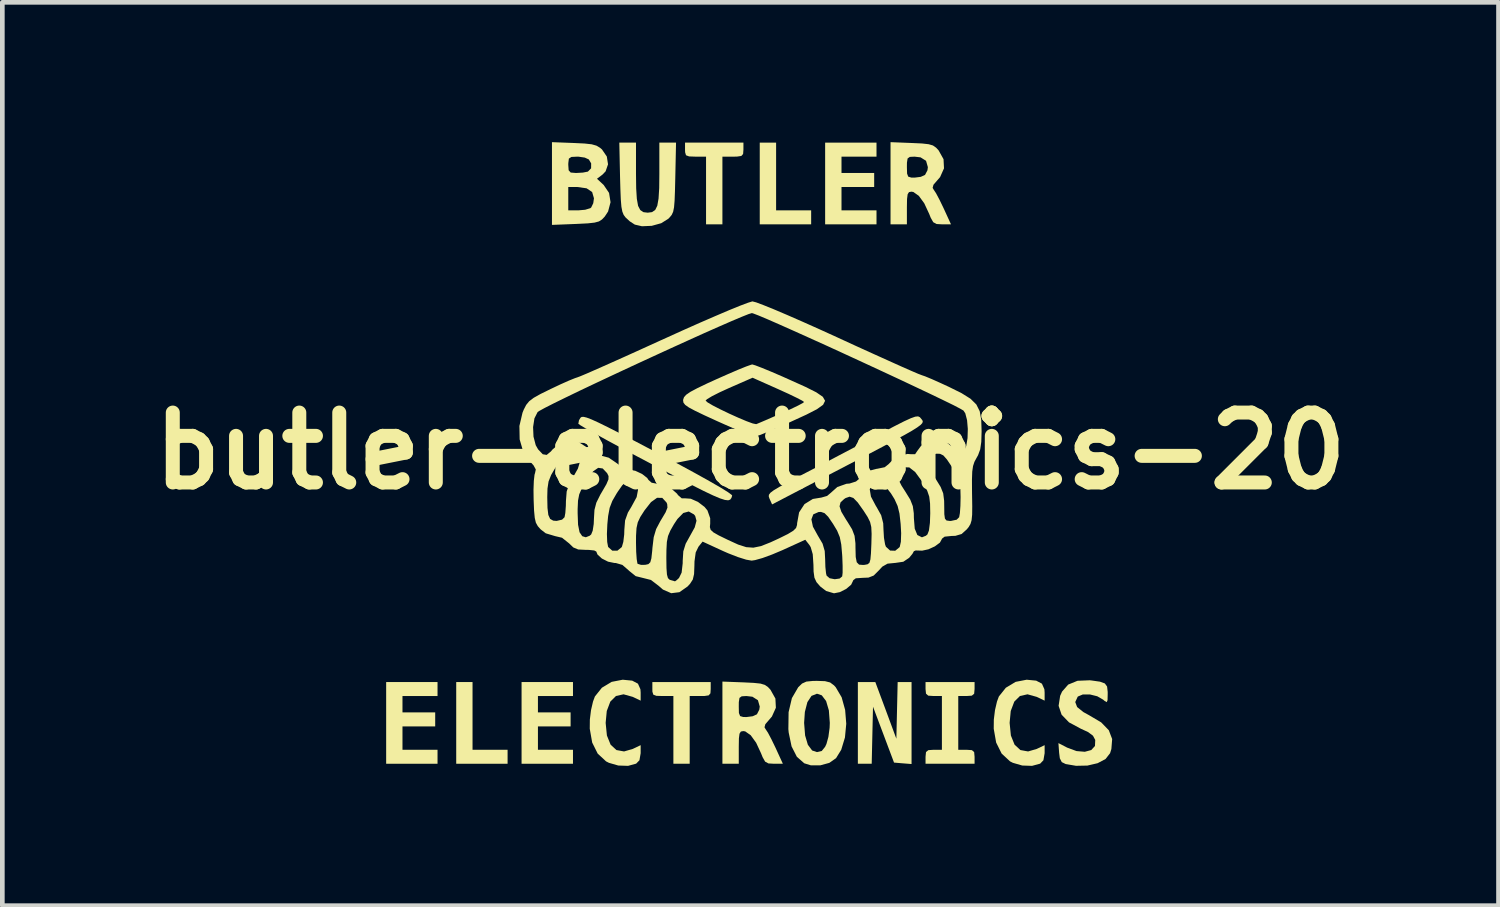
<source format=kicad_pcb>
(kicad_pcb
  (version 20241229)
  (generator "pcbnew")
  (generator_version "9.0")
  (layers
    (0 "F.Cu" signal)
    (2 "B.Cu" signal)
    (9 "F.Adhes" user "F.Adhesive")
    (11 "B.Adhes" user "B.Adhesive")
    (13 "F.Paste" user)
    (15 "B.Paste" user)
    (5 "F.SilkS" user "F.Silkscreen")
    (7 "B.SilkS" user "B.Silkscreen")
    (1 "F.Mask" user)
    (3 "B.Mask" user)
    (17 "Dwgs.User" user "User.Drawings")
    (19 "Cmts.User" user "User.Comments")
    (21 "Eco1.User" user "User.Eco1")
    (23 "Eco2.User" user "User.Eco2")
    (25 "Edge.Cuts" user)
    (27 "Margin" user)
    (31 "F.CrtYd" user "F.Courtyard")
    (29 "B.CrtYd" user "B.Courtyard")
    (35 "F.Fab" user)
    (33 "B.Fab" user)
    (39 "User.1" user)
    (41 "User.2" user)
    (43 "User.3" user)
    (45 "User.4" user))
  (footprint "butler-electronics-20"
    (layer "F.Cu")
    (at 13.05 6.623)
    (property "Reference" "butler-electronics-20" (at 0 0 0) (layer "F.SilkS") (effects (font (size 1.5 1.5) (thickness 0.3))))
    (attr board_only exclude_from_pos_files exclude_from_bom)
    (fp_poly (pts (xy -5.962 5.686) (xy -5.962 6.413) (xy -5.586 6.413) (xy -5.21 6.413) (xy -5.21 6.563) (xy -5.21 6.713) (xy -5.761 6.713) (xy -6.312 6.713) (xy -6.312 5.836) (xy -6.312 4.96) (xy -6.137 4.96) (xy -5.962 4.96)) (stroke (width 0) (type solid)) (fill yes) (layer "F.SilkS"))
    (fp_poly (pts (xy 0.551 -5.887) (xy 0.551 -5.16) (xy 0.927 -5.16) (xy 1.303 -5.16) (xy 1.303 -5.01) (xy 1.303 -4.86) (xy 0.751 -4.86) (xy 0.2 -4.86) (xy 0.2 -5.736) (xy 0.2 -6.613) (xy 0.376 -6.613) (xy 0.551 -6.613)) (stroke (width 0) (type solid)) (fill yes) (layer "F.SilkS"))
    (fp_poly (pts (xy -0.852 5.11) (xy -0.858 5.202) (xy -0.896 5.246) (xy -0.992 5.26) (xy -1.077 5.26) (xy -1.303 5.26) (xy -1.303 5.987) (xy -1.303 6.713) (xy -1.478 6.713) (xy -1.653 6.713) (xy -1.653 5.987) (xy -1.653 5.26) (xy -1.879 5.26) (xy -2.017 5.256) (xy -2.083 5.231) (xy -2.103 5.167) (xy -2.104 5.11) (xy -2.104 4.96) (xy -1.478 4.96) (xy -0.852 4.96)) (stroke (width 0) (type solid)) (fill yes) (layer "F.SilkS"))
    (fp_poly (pts (xy -0.15 -6.463) (xy -0.157 -6.37) (xy -0.195 -6.327) (xy -0.291 -6.313) (xy -0.376 -6.312) (xy -0.601 -6.312) (xy -0.601 -5.586) (xy -0.601 -4.86) (xy -0.777 -4.86) (xy -0.952 -4.86) (xy -0.952 -5.586) (xy -0.952 -6.312) (xy -1.177 -6.312) (xy -1.316 -6.317) (xy -1.382 -6.342) (xy -1.401 -6.406) (xy -1.403 -6.463) (xy -1.403 -6.613) (xy -0.777 -6.613) (xy -0.15 -6.613)) (stroke (width 0) (type solid)) (fill yes) (layer "F.SilkS"))
    (fp_poly (pts (xy 3.457 5.84) (xy 3.457 6.719) (xy 3.269 6.704) (xy 3.081 6.688) (xy 2.856 6.089) (xy 2.63 5.489) (xy 2.616 6.101) (xy 2.602 6.713) (xy 2.453 6.713) (xy 2.305 6.713) (xy 2.305 5.836) (xy 2.305 4.96) (xy 2.492 4.96) (xy 2.68 4.961) (xy 2.906 5.568) (xy 3.131 6.176) (xy 3.145 5.568) (xy 3.159 4.96) (xy 3.308 4.96) (xy 3.457 4.96)) (stroke (width 0) (type solid)) (fill yes) (layer "F.SilkS"))
    (fp_poly (pts (xy -6.713 5.11) (xy -6.713 5.26) (xy -7.089 5.26) (xy -7.465 5.26) (xy -7.465 5.436) (xy -7.465 5.611) (xy -7.114 5.611) (xy -6.763 5.611) (xy -6.763 5.761) (xy -6.763 5.912) (xy -7.114 5.912) (xy -7.465 5.912) (xy -7.465 6.162) (xy -7.465 6.413) (xy -7.089 6.413) (xy -6.713 6.413) (xy -6.713 6.563) (xy -6.713 6.713) (xy -7.264 6.713) (xy -7.815 6.713) (xy -7.815 5.836) (xy -7.815 4.96) (xy -7.264 4.96) (xy -6.713 4.96)) (stroke (width 0) (type solid)) (fill yes) (layer "F.SilkS"))
    (fp_poly (pts (xy -3.807 5.11) (xy -3.807 5.26) (xy -4.183 5.26) (xy -4.559 5.26) (xy -4.559 5.436) (xy -4.559 5.611) (xy -4.208 5.611) (xy -3.858 5.611) (xy -3.858 5.761) (xy -3.858 5.912) (xy -4.208 5.912) (xy -4.559 5.912) (xy -4.559 6.162) (xy -4.559 6.413) (xy -4.183 6.413) (xy -3.807 6.413) (xy -3.807 6.563) (xy -3.807 6.713) (xy -4.359 6.713) (xy -4.91 6.713) (xy -4.91 5.836) (xy -4.91 4.96) (xy -4.359 4.96) (xy -3.807 4.96)) (stroke (width 0) (type solid)) (fill yes) (layer "F.SilkS"))
    (fp_poly (pts (xy 2.705 -6.463) (xy 2.705 -6.312) (xy 2.33 -6.312) (xy 1.954 -6.312) (xy 1.954 -6.137) (xy 1.954 -5.962) (xy 2.305 -5.962) (xy 2.655 -5.962) (xy 2.655 -5.811) (xy 2.655 -5.661) (xy 2.305 -5.661) (xy 1.954 -5.661) (xy 1.954 -5.411) (xy 1.954 -5.16) (xy 2.33 -5.16) (xy 2.705 -5.16) (xy 2.705 -5.01) (xy 2.705 -4.86) (xy 2.154 -4.86) (xy 1.603 -4.86) (xy 1.603 -5.736) (xy 1.603 -6.613) (xy 2.154 -6.613) (xy 2.705 -6.613)) (stroke (width 0) (type solid)) (fill yes) (layer "F.SilkS"))
    (fp_poly (pts (xy 4.809 5.11) (xy 4.8 5.211) (xy 4.75 5.252) (xy 4.634 5.26) (xy 4.459 5.26) (xy 4.459 5.836) (xy 4.459 6.413) (xy 4.634 6.413) (xy 4.752 6.421) (xy 4.8 6.463) (xy 4.809 6.563) (xy 4.809 6.713) (xy 4.283 6.713) (xy 3.757 6.713) (xy 3.757 6.563) (xy 3.767 6.462) (xy 3.817 6.421) (xy 3.933 6.413) (xy 4.108 6.413) (xy 4.108 5.836) (xy 4.108 5.26) (xy 3.933 5.26) (xy 3.815 5.252) (xy 3.767 5.209) (xy 3.757 5.11) (xy 3.757 4.96) (xy 4.283 4.96) (xy 4.809 4.96)) (stroke (width 0) (type solid)) (fill yes) (layer "F.SilkS"))
    (fp_poly (pts (xy -2.536 4.93) (xy -2.413 4.995) (xy -2.36 5.115) (xy -2.355 5.186) (xy -2.355 5.359) (xy -2.525 5.278) (xy -2.722 5.223) (xy -2.884 5.259) (xy -3.006 5.38) (xy -3.082 5.581) (xy -3.106 5.836) (xy -3.079 6.107) (xy -3 6.303) (xy -2.875 6.419) (xy -2.711 6.449) (xy -2.525 6.395) (xy -2.355 6.314) (xy -2.355 6.487) (xy -2.381 6.638) (xy -2.452 6.711) (xy -2.625 6.758) (xy -2.835 6.751) (xy -3.036 6.693) (xy -3.097 6.662) (xy -3.277 6.495) (xy -3.395 6.258) (xy -3.447 5.962) (xy -3.445 5.765) (xy -3.42 5.563) (xy -3.377 5.378) (xy -3.337 5.27) (xy -3.187 5.082) (xy -2.977 4.956) (xy -2.74 4.91)) (stroke (width 0) (type solid)) (fill yes) (layer "F.SilkS"))
    (fp_poly (pts (xy 6.131 4.93) (xy 6.254 4.995) (xy 6.307 5.115) (xy 6.312 5.186) (xy 6.312 5.359) (xy 6.142 5.278) (xy 5.945 5.223) (xy 5.783 5.259) (xy 5.661 5.38) (xy 5.585 5.581) (xy 5.561 5.836) (xy 5.588 6.107) (xy 5.667 6.303) (xy 5.792 6.419) (xy 5.957 6.449) (xy 6.142 6.395) (xy 6.312 6.314) (xy 6.312 6.487) (xy 6.286 6.638) (xy 6.216 6.711) (xy 6.042 6.758) (xy 5.832 6.751) (xy 5.631 6.693) (xy 5.57 6.662) (xy 5.39 6.495) (xy 5.272 6.258) (xy 5.22 5.962) (xy 5.222 5.765) (xy 5.247 5.563) (xy 5.29 5.378) (xy 5.33 5.27) (xy 5.48 5.082) (xy 5.69 4.956) (xy 5.927 4.91)) (stroke (width 0) (type solid)) (fill yes) (layer "F.SilkS"))
    (fp_poly (pts (xy 3.634 -0.723) (xy 3.645 -0.711) (xy 3.671 -0.68) (xy 3.691 -0.653) (xy 3.698 -0.626) (xy 3.686 -0.594) (xy 3.648 -0.554) (xy 3.576 -0.501) (xy 3.466 -0.432) (xy 3.31 -0.343) (xy 3.1 -0.229) (xy 2.832 -0.086) (xy 2.498 0.09) (xy 2.091 0.302) (xy 1.605 0.555) (xy 1.372 0.676) (xy 0.465 1.149) (xy 0.41 1.027) (xy 0.394 0.983) (xy 0.396 0.943) (xy 0.429 0.899) (xy 0.502 0.844) (xy 0.628 0.769) (xy 0.817 0.666) (xy 1.079 0.527) (xy 1.192 0.469) (xy 1.533 0.291) (xy 1.915 0.09) (xy 2.301 -0.113) (xy 2.655 -0.3) (xy 2.806 -0.38) (xy 3.088 -0.528) (xy 3.295 -0.633) (xy 3.441 -0.7) (xy 3.537 -0.734) (xy 3.597 -0.74)) (stroke (width 0) (type solid)) (fill yes) (layer "F.SilkS"))
    (fp_poly (pts (xy -3.51 -0.713) (xy -3.406 -0.673) (xy -3.259 -0.606) (xy -3.059 -0.508) (xy -2.798 -0.375) (xy -2.468 -0.204) (xy -2.06 0.011) (xy -1.979 0.053) (xy -1.555 0.278) (xy -1.187 0.478) (xy -0.882 0.648) (xy -0.645 0.785) (xy -0.483 0.885) (xy -0.401 0.946) (xy -0.392 0.961) (xy -0.408 1.011) (xy -0.434 1.046) (xy -0.477 1.061) (xy -0.547 1.053) (xy -0.653 1.019) (xy -0.802 0.956) (xy -1.004 0.86) (xy -1.267 0.727) (xy -1.6 0.555) (xy -2.012 0.34) (xy -2.076 0.306) (xy -2.444 0.112) (xy -2.783 -0.069) (xy -3.083 -0.231) (xy -3.334 -0.369) (xy -3.526 -0.477) (xy -3.649 -0.55) (xy -3.692 -0.581) (xy -3.678 -0.657) (xy -3.645 -0.711) (xy -3.621 -0.728) (xy -3.579 -0.73)) (stroke (width 0) (type solid)) (fill yes) (layer "F.SilkS"))
    (fp_poly (pts (xy -2.455 -5.94) (xy -2.451 -5.63) (xy -2.437 -5.407) (xy -2.41 -5.256) (xy -2.363 -5.166) (xy -2.295 -5.121) (xy -2.204 -5.11) (xy -2.111 -5.122) (xy -2.043 -5.168) (xy -1.998 -5.26) (xy -1.971 -5.413) (xy -1.957 -5.639) (xy -1.954 -5.94) (xy -1.954 -6.613) (xy -1.775 -6.613) (xy -1.596 -6.613) (xy -1.612 -5.863) (xy -1.619 -5.573) (xy -1.627 -5.366) (xy -1.639 -5.224) (xy -1.658 -5.13) (xy -1.688 -5.064) (xy -1.731 -5.011) (xy -1.762 -4.979) (xy -1.914 -4.884) (xy -2.117 -4.828) (xy -2.327 -4.819) (xy -2.48 -4.854) (xy -2.588 -4.924) (xy -2.68 -5.009) (xy -2.72 -5.063) (xy -2.748 -5.133) (xy -2.768 -5.237) (xy -2.781 -5.393) (xy -2.79 -5.618) (xy -2.797 -5.867) (xy -2.813 -6.613) (xy -2.634 -6.613) (xy -2.455 -6.613)) (stroke (width 0) (type solid)) (fill yes) (layer "F.SilkS"))
    (fp_poly (pts (xy 1.6 4.941) (xy 1.71 4.969) (xy 1.793 5.031) (xy 1.831 5.073) (xy 1.957 5.287) (xy 2.032 5.558) (xy 2.056 5.855) (xy 2.028 6.15) (xy 1.948 6.413) (xy 1.837 6.593) (xy 1.693 6.694) (xy 1.499 6.747) (xy 1.297 6.747) (xy 1.155 6.703) (xy 0.996 6.563) (xy 0.883 6.341) (xy 0.821 6.044) (xy 0.814 5.97) (xy 0.816 5.836) (xy 1.152 5.836) (xy 1.173 6.105) (xy 1.232 6.305) (xy 1.324 6.428) (xy 1.428 6.463) (xy 1.53 6.439) (xy 1.602 6.35) (xy 1.631 6.289) (xy 1.673 6.136) (xy 1.699 5.941) (xy 1.703 5.836) (xy 1.683 5.568) (xy 1.624 5.368) (xy 1.531 5.245) (xy 1.428 5.21) (xy 1.31 5.257) (xy 1.222 5.391) (xy 1.168 5.601) (xy 1.152 5.836) (xy 0.816 5.836) (xy 0.819 5.606) (xy 0.89 5.304) (xy 1.024 5.074) (xy 1.024 5.073) (xy 1.108 4.992) (xy 1.201 4.95) (xy 1.341 4.936) (xy 1.428 4.935)) (stroke (width 0) (type solid)) (fill yes) (layer "F.SilkS"))
    (fp_poly (pts (xy 7.317 4.926) (xy 7.5 4.952) (xy 7.604 4.99) (xy 7.652 5.056) (xy 7.665 5.171) (xy 7.665 5.221) (xy 7.662 5.348) (xy 7.645 5.391) (xy 7.6 5.366) (xy 7.569 5.339) (xy 7.441 5.265) (xy 7.283 5.226) (xy 7.132 5.226) (xy 7.027 5.27) (xy 7.02 5.278) (xy 6.969 5.389) (xy 7.009 5.496) (xy 7.143 5.604) (xy 7.263 5.67) (xy 7.525 5.825) (xy 7.689 5.994) (xy 7.761 6.183) (xy 7.744 6.397) (xy 7.716 6.487) (xy 7.619 6.611) (xy 7.449 6.701) (xy 7.23 6.752) (xy 6.985 6.757) (xy 6.763 6.719) (xy 6.68 6.678) (xy 6.638 6.596) (xy 6.623 6.477) (xy 6.608 6.27) (xy 6.796 6.367) (xy 6.996 6.441) (xy 7.174 6.456) (xy 7.312 6.419) (xy 7.392 6.332) (xy 7.398 6.201) (xy 7.397 6.201) (xy 7.349 6.111) (xy 7.242 6.032) (xy 7.088 5.961) (xy 6.835 5.825) (xy 6.676 5.66) (xy 6.612 5.47) (xy 6.645 5.256) (xy 6.686 5.165) (xy 6.817 5.015) (xy 7.017 4.933) (xy 7.278 4.922)) (stroke (width 0) (type solid)) (fill yes) (layer "F.SilkS"))
    (fp_poly (pts (xy -0.146 4.967) (xy 0.073 4.978) (xy 0.216 4.993) (xy 0.309 5.021) (xy 0.376 5.067) (xy 0.43 5.125) (xy 0.536 5.314) (xy 0.546 5.512) (xy 0.461 5.7) (xy 0.408 5.762) (xy 0.32 5.864) (xy 0.302 5.931) (xy 0.326 5.971) (xy 0.376 6.047) (xy 0.45 6.187) (xy 0.534 6.36) (xy 0.541 6.375) (xy 0.696 6.713) (xy 0.505 6.713) (xy 0.386 6.706) (xy 0.315 6.667) (xy 0.261 6.571) (xy 0.229 6.491) (xy 0.123 6.263) (xy 0.006 6.101) (xy -0.111 6.019) (xy -0.154 6.012) (xy -0.205 6.022) (xy -0.234 6.068) (xy -0.247 6.169) (xy -0.25 6.349) (xy -0.25 6.363) (xy -0.25 6.713) (xy -0.426 6.713) (xy -0.601 6.713) (xy -0.601 5.832) (xy -0.601 5.486) (xy -0.25 5.486) (xy -0.247 5.624) (xy -0.221 5.69) (xy -0.155 5.71) (xy -0.085 5.711) (xy 0.048 5.694) (xy 0.139 5.652) (xy 0.14 5.651) (xy 0.19 5.553) (xy 0.2 5.486) (xy 0.161 5.35) (xy 0.043 5.275) (xy -0.085 5.26) (xy -0.187 5.266) (xy -0.235 5.3) (xy -0.249 5.391) (xy -0.25 5.486) (xy -0.601 5.486) (xy -0.601 4.95)) (stroke (width 0) (type solid)) (fill yes) (layer "F.SilkS"))
    (fp_poly (pts (xy 3.461 -6.605) (xy 3.68 -6.595) (xy 3.823 -6.579) (xy 3.916 -6.552) (xy 3.983 -6.505) (xy 4.037 -6.447) (xy 4.143 -6.258) (xy 4.153 -6.061) (xy 4.069 -5.873) (xy 4.015 -5.811) (xy 3.927 -5.709) (xy 3.909 -5.642) (xy 3.933 -5.602) (xy 3.983 -5.526) (xy 4.057 -5.386) (xy 4.141 -5.213) (xy 4.148 -5.198) (xy 4.303 -4.86) (xy 4.112 -4.86) (xy 3.993 -4.867) (xy 3.922 -4.906) (xy 3.868 -5.002) (xy 3.836 -5.082) (xy 3.73 -5.31) (xy 3.613 -5.471) (xy 3.496 -5.554) (xy 3.453 -5.561) (xy 3.402 -5.551) (xy 3.373 -5.505) (xy 3.36 -5.403) (xy 3.357 -5.224) (xy 3.357 -5.21) (xy 3.357 -4.86) (xy 3.181 -4.86) (xy 3.006 -4.86) (xy 3.006 -5.741) (xy 3.006 -6.087) (xy 3.357 -6.087) (xy 3.361 -5.948) (xy 3.386 -5.883) (xy 3.452 -5.863) (xy 3.522 -5.862) (xy 3.655 -5.879) (xy 3.746 -5.92) (xy 3.747 -5.922) (xy 3.798 -6.019) (xy 3.807 -6.087) (xy 3.768 -6.223) (xy 3.65 -6.297) (xy 3.522 -6.312) (xy 3.42 -6.307) (xy 3.372 -6.273) (xy 3.358 -6.182) (xy 3.357 -6.087) (xy 3.006 -6.087) (xy 3.006 -6.623)) (stroke (width 0) (type solid)) (fill yes) (layer "F.SilkS"))
    (fp_poly (pts (xy -3.786 -6.605) (xy -3.558 -6.594) (xy -3.405 -6.577) (xy -3.303 -6.548) (xy -3.226 -6.502) (xy -3.185 -6.467) (xy -3.081 -6.315) (xy -3.055 -6.148) (xy -3.107 -5.997) (xy -3.174 -5.927) (xy -3.292 -5.838) (xy -3.149 -5.705) (xy -3.033 -5.534) (xy -3.001 -5.335) (xy -3.054 -5.135) (xy -3.125 -5.027) (xy -3.185 -4.964) (xy -3.251 -4.922) (xy -3.344 -4.897) (xy -3.488 -4.881) (xy -3.705 -4.87) (xy -3.751 -4.868) (xy -4.258 -4.848) (xy -4.258 -5.661) (xy -3.908 -5.661) (xy -3.908 -5.411) (xy -3.908 -5.16) (xy -3.692 -5.16) (xy -3.545 -5.173) (xy -3.436 -5.206) (xy -3.417 -5.22) (xy -3.372 -5.313) (xy -3.357 -5.419) (xy -3.396 -5.553) (xy -3.515 -5.633) (xy -3.717 -5.661) (xy -3.729 -5.661) (xy -3.908 -5.661) (xy -4.258 -5.661) (xy -4.258 -5.735) (xy -4.258 -6.137) (xy -3.908 -6.137) (xy -3.9 -6.02) (xy -3.856 -5.971) (xy -3.747 -5.962) (xy -3.736 -5.962) (xy -3.595 -5.97) (xy -3.488 -5.991) (xy -3.486 -5.992) (xy -3.418 -6.062) (xy -3.417 -6.168) (xy -3.467 -6.252) (xy -3.554 -6.292) (xy -3.69 -6.312) (xy -3.717 -6.312) (xy -3.841 -6.306) (xy -3.895 -6.27) (xy -3.907 -6.175) (xy -3.908 -6.137) (xy -4.258 -6.137) (xy -4.258 -6.623)) (stroke (width 0) (type solid)) (fill yes) (layer "F.SilkS"))
    (fp_poly (pts (xy 0.107 -1.834) (xy 0.248 -1.78) (xy 0.447 -1.698) (xy 0.686 -1.595) (xy 0.858 -1.518) (xy 1.182 -1.372) (xy 1.413 -1.256) (xy 1.553 -1.16) (xy 1.602 -1.074) (xy 1.559 -0.988) (xy 1.426 -0.893) (xy 1.2 -0.777) (xy 0.884 -0.632) (xy 0.866 -0.623) (xy 0.616 -0.512) (xy 0.397 -0.418) (xy 0.224 -0.347) (xy 0.115 -0.308) (xy 0.089 -0.302) (xy 0.024 -0.322) (xy -0.116 -0.377) (xy -0.313 -0.461) (xy -0.55 -0.565) (xy -0.716 -0.639) (xy -0.993 -0.766) (xy -1.19 -0.861) (xy -1.321 -0.931) (xy -1.399 -0.986) (xy -1.436 -1.032) (xy -1.444 -1.078) (xy -0.962 -1.078) (xy -0.92 -1.04) (xy -0.806 -0.973) (xy -0.644 -0.89) (xy -0.455 -0.799) (xy -0.262 -0.712) (xy -0.087 -0.638) (xy 0.049 -0.588) (xy 0.122 -0.573) (xy 0.125 -0.573) (xy 0.19 -0.6) (xy 0.324 -0.657) (xy 0.507 -0.737) (xy 0.664 -0.805) (xy 0.863 -0.895) (xy 1.023 -0.972) (xy 1.125 -1.027) (xy 1.151 -1.048) (xy 1.108 -1.079) (xy 0.99 -1.14) (xy 0.816 -1.224) (xy 0.604 -1.32) (xy 0.598 -1.323) (xy 0.046 -1.569) (xy -0.459 -1.348) (xy -0.662 -1.255) (xy -0.826 -1.172) (xy -0.932 -1.108) (xy -0.962 -1.078) (xy -1.444 -1.078) (xy -1.444 -1.079) (xy -1.443 -1.098) (xy -1.425 -1.151) (xy -1.378 -1.204) (xy -1.288 -1.266) (xy -1.141 -1.344) (xy -0.925 -1.448) (xy -0.729 -1.537) (xy -0.481 -1.647) (xy -0.263 -1.741) (xy -0.092 -1.81) (xy 0.015 -1.848) (xy 0.04 -1.854)) (stroke (width 0) (type solid)) (fill yes) (layer "F.SilkS"))
    (fp_poly (pts (xy 0.123 -3.186) (xy 0.28 -3.127) (xy 0.505 -3.036) (xy 0.787 -2.916) (xy 1.116 -2.772) (xy 1.481 -2.609) (xy 1.87 -2.432) (xy 1.885 -2.425) (xy 2.272 -2.247) (xy 2.633 -2.083) (xy 2.957 -1.937) (xy 3.232 -1.813) (xy 3.45 -1.717) (xy 3.599 -1.653) (xy 3.668 -1.627) (xy 3.669 -1.626) (xy 3.748 -1.599) (xy 3.895 -1.538) (xy 4.087 -1.452) (xy 4.258 -1.373) (xy 4.53 -1.238) (xy 4.722 -1.118) (xy 4.847 -0.995) (xy 4.919 -0.851) (xy 4.952 -0.665) (xy 4.96 -0.42) (xy 4.953 -0.192) (xy 4.93 -0.032) (xy 4.884 0.093) (xy 4.852 0.15) (xy 4.806 0.235) (xy 4.776 0.326) (xy 4.759 0.444) (xy 4.753 0.613) (xy 4.754 0.853) (xy 4.755 0.933) (xy 4.759 1.19) (xy 4.757 1.368) (xy 4.745 1.488) (xy 4.721 1.569) (xy 4.683 1.634) (xy 4.643 1.683) (xy 4.531 1.784) (xy 4.398 1.823) (xy 4.314 1.826) (xy 4.166 1.841) (xy 4.109 1.885) (xy 4.108 1.891) (xy 4.065 1.969) (xy 3.957 2.049) (xy 3.819 2.112) (xy 3.685 2.141) (xy 3.645 2.14) (xy 3.545 2.137) (xy 3.507 2.153) (xy 3.476 2.209) (xy 3.405 2.295) (xy 3.28 2.379) (xy 3.102 2.405) (xy 3.095 2.405) (xy 2.942 2.42) (xy 2.831 2.483) (xy 2.753 2.567) (xy 2.645 2.675) (xy 2.533 2.719) (xy 2.411 2.724) (xy 2.261 2.734) (xy 2.205 2.776) (xy 2.204 2.783) (xy 2.161 2.872) (xy 2.055 2.962) (xy 1.918 3.031) (xy 1.793 3.056) (xy 1.625 3.007) (xy 1.499 2.91) (xy 1.417 2.816) (xy 1.373 2.721) (xy 1.355 2.589) (xy 1.352 2.446) (xy 1.337 2.217) (xy 1.293 2.065) (xy 1.264 2.018) (xy 1.177 1.907) (xy 0.685 2.131) (xy 0.464 2.224) (xy 0.26 2.299) (xy 0.099 2.344) (xy 0.026 2.355) (xy -0.092 2.334) (xy -0.27 2.278) (xy -0.478 2.197) (xy -0.583 2.151) (xy -1.026 1.947) (xy -1.114 2.056) (xy -1.174 2.18) (xy -1.2 2.371) (xy -1.202 2.464) (xy -1.209 2.643) (xy -1.236 2.76) (xy -1.296 2.853) (xy -1.349 2.91) (xy -1.523 3.032) (xy -1.699 3.054) (xy -1.877 2.976) (xy -1.97 2.895) (xy -2.134 2.77) (xy -2.3 2.728) (xy -2.461 2.688) (xy -2.606 2.571) (xy -2.613 2.563) (xy -2.747 2.447) (xy -2.888 2.406) (xy -2.921 2.405) (xy -3.055 2.377) (xy -3.187 2.31) (xy -3.281 2.224) (xy -3.307 2.16) (xy -3.351 2.137) (xy -3.465 2.125) (xy -3.536 2.124) (xy -3.695 2.116) (xy -3.8 2.072) (xy -3.89 1.985) (xy -4.042 1.864) (xy -4.191 1.829) (xy -4.391 1.769) (xy -4.5 1.685) (xy -4.562 1.615) (xy -4.603 1.541) (xy -4.627 1.438) (xy -4.642 1.281) (xy -4.651 1.055) (xy -4.652 0.993) (xy -4.359 0.993) (xy -4.354 1.225) (xy -4.336 1.375) (xy -4.297 1.46) (xy -4.231 1.497) (xy -4.158 1.503) (xy -4.041 1.476) (xy -3.988 1.424) (xy -3.972 1.338) (xy -3.707 1.338) (xy -3.698 1.585) (xy -3.666 1.746) (xy -3.608 1.831) (xy -3.532 1.854) (xy -3.451 1.822) (xy -3.417 1.794) (xy -3.413 1.784) (xy -3.079 1.784) (xy -3.073 1.954) (xy -3.054 2.057) (xy -3.051 2.063) (xy -2.964 2.141) (xy -2.854 2.142) (xy -2.763 2.067) (xy -2.757 2.057) (xy -2.732 1.97) (xy -2.455 1.97) (xy -2.451 2.166) (xy -2.44 2.322) (xy -2.425 2.413) (xy -2.419 2.424) (xy -2.347 2.446) (xy -2.256 2.445) (xy -2.189 2.43) (xy -2.148 2.39) (xy -2.124 2.302) (xy -2.124 2.296) (xy -1.804 2.296) (xy -1.801 2.515) (xy -1.791 2.653) (xy -1.77 2.729) (xy -1.735 2.764) (xy -1.716 2.771) (xy -1.637 2.793) (xy -1.619 2.8) (xy -1.582 2.774) (xy -1.532 2.727) (xy -1.476 2.612) (xy -1.453 2.41) (xy -1.453 2.361) (xy -1.44 2.156) (xy -1.389 1.992) (xy -1.303 1.837) (xy -1.195 1.642) (xy -1.157 1.5) (xy -1.185 1.396) (xy -1.212 1.363) (xy -1.323 1.301) (xy -1.44 1.333) (xy -1.566 1.462) (xy -1.641 1.575) (xy -1.719 1.712) (xy -1.768 1.828) (xy -1.793 1.955) (xy -1.802 2.126) (xy -1.804 2.296) (xy -2.124 2.296) (xy -2.107 2.144) (xy -2.102 2.079) (xy -2.075 1.853) (xy -2.023 1.678) (xy -1.932 1.506) (xy -1.91 1.47) (xy -1.819 1.317) (xy -1.78 1.217) (xy -1.786 1.141) (xy -1.801 1.107) (xy -1.891 1.009) (xy -2.003 1.007) (xy -2.133 1.1) (xy -2.272 1.277) (xy -2.363 1.419) (xy -2.417 1.534) (xy -2.444 1.656) (xy -2.454 1.821) (xy -2.455 1.97) (xy -2.732 1.97) (xy -2.727 1.953) (xy -2.708 1.793) (xy -2.705 1.694) (xy -2.689 1.493) (xy -2.629 1.325) (xy -2.555 1.202) (xy -2.441 0.992) (xy -2.411 0.834) (xy -2.467 0.726) (xy -2.502 0.703) (xy -2.597 0.663) (xy -2.672 0.67) (xy -2.749 0.738) (xy -2.848 0.879) (xy -2.871 0.915) (xy -2.963 1.074) (xy -3.02 1.222) (xy -3.053 1.399) (xy -3.07 1.576) (xy -3.079 1.784) (xy -3.413 1.784) (xy -3.384 1.713) (xy -3.362 1.569) (xy -3.357 1.449) (xy -3.346 1.266) (xy -3.306 1.112) (xy -3.221 0.941) (xy -3.181 0.873) (xy -3.089 0.714) (xy -3.046 0.612) (xy -3.044 0.541) (xy -3.074 0.479) (xy -3.169 0.378) (xy -3.266 0.364) (xy -3.375 0.44) (xy -3.502 0.61) (xy -3.523 0.644) (xy -3.618 0.805) (xy -3.673 0.933) (xy -3.699 1.068) (xy -3.707 1.249) (xy -3.707 1.338) (xy -3.972 1.338) (xy -3.971 1.33) (xy -3.96 1.178) (xy -3.958 1.075) (xy -3.942 0.871) (xy -3.882 0.699) (xy -3.807 0.568) (xy -3.702 0.382) (xy -3.662 0.249) (xy -3.684 0.152) (xy -3.717 0.11) (xy -3.827 0.046) (xy -3.942 0.071) (xy -4.068 0.19) (xy -4.176 0.346) (xy -4.276 0.518) (xy -4.331 0.657) (xy -4.354 0.809) (xy -4.359 0.993) (xy -4.652 0.993) (xy -4.654 0.833) (xy -4.647 0.644) (xy -4.632 0.512) (xy -4.62 0.472) (xy -4.605 0.399) (xy -4.653 0.311) (xy -4.733 0.223) (xy -4.875 0.015) (xy -4.951 -0.246) (xy -4.956 -0.51) (xy -4.663 -0.51) (xy -4.654 -0.305) (xy -4.606 -0.121) (xy -4.555 -0.032) (xy -4.455 0.073) (xy -4.371 0.087) (xy -4.28 0.012) (xy -4.246 -0.029) (xy -4.081 -0.168) (xy -3.888 -0.222) (xy -3.69 -0.191) (xy -3.511 -0.076) (xy -3.463 -0.021) (xy -3.325 0.082) (xy -3.213 0.1) (xy -3.039 0.147) (xy -2.888 0.25) (xy -2.76 0.343) (xy -2.642 0.396) (xy -2.609 0.401) (xy -2.469 0.428) (xy -2.324 0.496) (xy -2.215 0.581) (xy -2.187 0.624) (xy -2.12 0.683) (xy -2.028 0.701) (xy -1.86 0.733) (xy -1.693 0.814) (xy -1.573 0.92) (xy -1.555 0.948) (xy -1.473 1.019) (xy -1.409 1.018) (xy -1.28 1.027) (xy -1.126 1.095) (xy -0.985 1.202) (xy -0.922 1.278) (xy -0.863 1.446) (xy -0.863 1.56) (xy -0.87 1.636) (xy -0.853 1.694) (xy -0.795 1.748) (xy -0.68 1.814) (xy -0.491 1.906) (xy -0.481 1.911) (xy -0.262 2.011) (xy -0.09 2.066) (xy 0.063 2.077) (xy 0.228 2.043) (xy 0.432 1.962) (xy 0.614 1.878) (xy 0.804 1.784) (xy 0.919 1.714) (xy 0.979 1.655) (xy 1 1.589) (xy 1.002 1.551) (xy 1.017 1.47) (xy 1.308 1.47) (xy 1.341 1.627) (xy 1.448 1.821) (xy 1.45 1.824) (xy 1.548 1.991) (xy 1.594 2.149) (xy 1.603 2.322) (xy 1.608 2.491) (xy 1.622 2.626) (xy 1.634 2.676) (xy 1.699 2.733) (xy 1.809 2.754) (xy 1.915 2.739) (xy 1.969 2.693) (xy 1.978 2.616) (xy 1.978 2.467) (xy 1.971 2.277) (xy 1.968 2.229) (xy 1.949 2.009) (xy 1.917 1.85) (xy 1.86 1.712) (xy 1.77 1.563) (xy 1.668 1.414) (xy 1.59 1.336) (xy 1.514 1.31) (xy 1.463 1.312) (xy 1.349 1.362) (xy 1.308 1.47) (xy 1.017 1.47) (xy 1.044 1.32) (xy 1.129 1.19) (xy 1.912 1.19) (xy 1.951 1.307) (xy 2.052 1.476) (xy 2.079 1.517) (xy 2.181 1.683) (xy 2.234 1.822) (xy 2.253 1.984) (xy 2.254 2.083) (xy 2.259 2.277) (xy 2.281 2.39) (xy 2.331 2.441) (xy 2.417 2.448) (xy 2.453 2.445) (xy 2.514 2.433) (xy 2.553 2.402) (xy 2.574 2.331) (xy 2.586 2.2) (xy 2.595 1.994) (xy 2.6 1.781) (xy 2.593 1.635) (xy 2.567 1.525) (xy 2.514 1.418) (xy 2.427 1.283) (xy 2.303 1.108) (xy 2.209 1.011) (xy 2.128 0.983) (xy 2.043 1.012) (xy 2.01 1.034) (xy 1.933 1.106) (xy 1.912 1.19) (xy 1.129 1.19) (xy 1.161 1.142) (xy 1.339 1.032) (xy 1.523 1.002) (xy 1.645 0.967) (xy 1.713 0.91) (xy 1.808 0.826) (xy 2.56 0.826) (xy 2.586 0.982) (xy 2.694 1.186) (xy 2.705 1.202) (xy 2.805 1.381) (xy 2.849 1.553) (xy 2.855 1.694) (xy 2.865 1.865) (xy 2.889 2.007) (xy 2.907 2.057) (xy 2.997 2.139) (xy 3.107 2.143) (xy 3.199 2.067) (xy 3.204 2.058) (xy 3.228 1.95) (xy 3.234 1.766) (xy 3.223 1.569) (xy 3.198 1.346) (xy 3.158 1.183) (xy 3.092 1.037) (xy 3.016 0.914) (xy 2.883 0.742) (xy 2.771 0.662) (xy 2.671 0.669) (xy 2.615 0.711) (xy 2.56 0.826) (xy 1.808 0.826) (xy 1.865 0.775) (xy 2.062 0.706) (xy 2.127 0.701) (xy 2.265 0.657) (xy 2.387 0.554) (xy 3.173 0.554) (xy 3.185 0.635) (xy 3.242 0.747) (xy 3.324 0.875) (xy 3.429 1.046) (xy 3.484 1.186) (xy 3.505 1.339) (xy 3.507 1.442) (xy 3.525 1.669) (xy 3.581 1.805) (xy 3.675 1.853) (xy 3.682 1.854) (xy 3.763 1.822) (xy 3.797 1.794) (xy 3.83 1.709) (xy 3.851 1.544) (xy 3.858 1.338) (xy 3.854 1.129) (xy 3.836 0.981) (xy 3.793 0.855) (xy 3.715 0.712) (xy 3.675 0.646) (xy 3.534 0.453) (xy 3.408 0.355) (xy 3.3 0.353) (xy 3.211 0.447) (xy 3.198 0.475) (xy 3.173 0.554) (xy 2.387 0.554) (xy 2.393 0.549) (xy 2.537 0.43) (xy 2.709 0.385) (xy 2.722 0.384) (xy 2.881 0.351) (xy 2.963 0.286) (xy 3.037 0.21) (xy 3.812 0.21) (xy 3.846 0.369) (xy 3.959 0.579) (xy 3.98 0.61) (xy 4.082 0.776) (xy 4.136 0.912) (xy 4.156 1.07) (xy 4.158 1.189) (xy 4.16 1.36) (xy 4.173 1.454) (xy 4.207 1.494) (xy 4.273 1.503) (xy 4.303 1.503) (xy 4.425 1.477) (xy 4.478 1.424) (xy 4.494 1.336) (xy 4.505 1.181) (xy 4.509 0.992) (xy 4.509 0.989) (xy 4.504 0.79) (xy 4.48 0.645) (xy 4.424 0.512) (xy 4.324 0.345) (xy 4.321 0.341) (xy 4.216 0.185) (xy 4.139 0.098) (xy 4.068 0.063) (xy 3.983 0.061) (xy 3.858 0.107) (xy 3.812 0.21) (xy 3.037 0.21) (xy 3.064 0.182) (xy 3.215 0.102) (xy 3.37 0.066) (xy 3.434 0.071) (xy 3.533 0.072) (xy 3.582 -0.00045) (xy 3.66 -0.106) (xy 3.802 -0.195) (xy 3.97 -0.245) (xy 4.037 -0.25) (xy 4.186 -0.202) (xy 4.335 -0.078) (xy 4.435 0.024) (xy 4.497 0.06) (xy 4.545 0.04) (xy 4.578 0.006) (xy 4.63 -0.104) (xy 4.658 -0.274) (xy 4.664 -0.47) (xy 4.648 -0.658) (xy 4.61 -0.805) (xy 4.571 -0.864) (xy 4.505 -0.903) (xy 4.36 -0.979) (xy 4.145 -1.084) (xy 3.873 -1.215) (xy 3.554 -1.366) (xy 3.2 -1.533) (xy 2.82 -1.71) (xy 2.425 -1.893) (xy 2.028 -2.076) (xy 1.638 -2.255) (xy 1.266 -2.423) (xy 0.924 -2.577) (xy 0.621 -2.712) (xy 0.37 -2.822) (xy 0.18 -2.902) (xy 0.063 -2.947) (xy 0.032 -2.956) (xy -0.038 -2.935) (xy -0.186 -2.876) (xy -0.404 -2.784) (xy -0.679 -2.664) (xy -1.002 -2.521) (xy -1.36 -2.359) (xy -1.743 -2.185) (xy -2.141 -2.002) (xy -2.542 -1.817) (xy -2.936 -1.633) (xy -3.311 -1.457) (xy -3.657 -1.293) (xy -3.963 -1.145) (xy -4.218 -1.02) (xy -4.411 -0.922) (xy -4.531 -0.856) (xy -4.566 -0.832) (xy -4.634 -0.698) (xy -4.663 -0.51) (xy -4.956 -0.51) (xy -4.957 -0.532) (xy -4.89 -0.818) (xy -4.862 -0.887) (xy -4.811 -0.986) (xy -4.747 -1.064) (xy -4.65 -1.138) (xy -4.502 -1.221) (xy -4.284 -1.328) (xy -4.077 -1.426) (xy -3.895 -1.507) (xy -3.764 -1.56) (xy -3.713 -1.577) (xy -3.649 -1.601) (xy -3.504 -1.662) (xy -3.29 -1.756) (xy -3.015 -1.878) (xy -2.691 -2.023) (xy -2.329 -2.187) (xy -1.938 -2.365) (xy -1.86 -2.4) (xy -1.463 -2.58) (xy -1.09 -2.746) (xy -0.751 -2.893) (xy -0.458 -3.018) (xy -0.222 -3.114) (xy -0.052 -3.178) (xy 0.039 -3.206) (xy 0.046 -3.206)) (stroke (width 0) (type solid)) (fill yes) (layer "F.SilkS")))
  (gr_rect
    (start -3 -3)
    (end 29.1 16.381)
    (stroke (width 0.1) (type default))
    (fill no)
    (layer "Edge.Cuts")))
</source>
